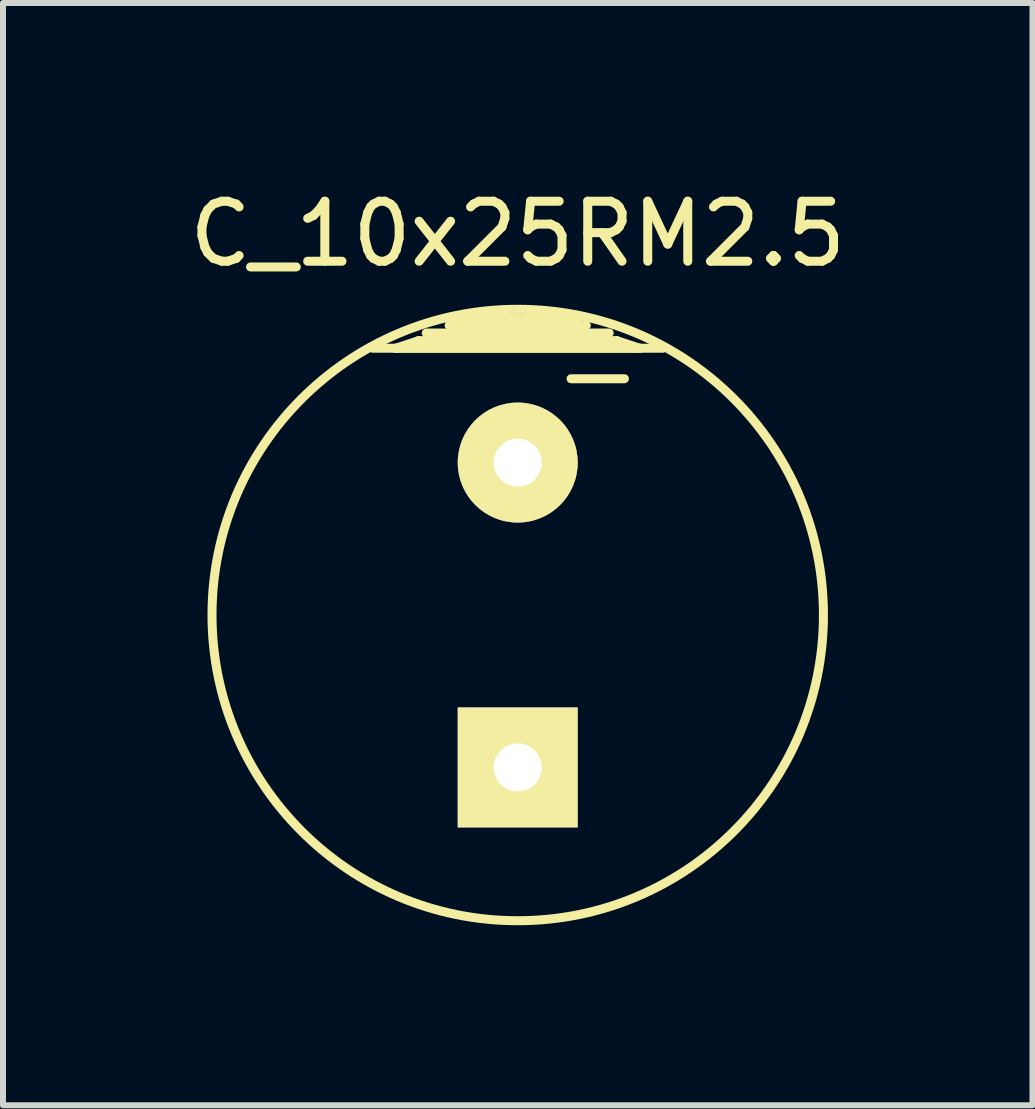
<source format=kicad_pcb>
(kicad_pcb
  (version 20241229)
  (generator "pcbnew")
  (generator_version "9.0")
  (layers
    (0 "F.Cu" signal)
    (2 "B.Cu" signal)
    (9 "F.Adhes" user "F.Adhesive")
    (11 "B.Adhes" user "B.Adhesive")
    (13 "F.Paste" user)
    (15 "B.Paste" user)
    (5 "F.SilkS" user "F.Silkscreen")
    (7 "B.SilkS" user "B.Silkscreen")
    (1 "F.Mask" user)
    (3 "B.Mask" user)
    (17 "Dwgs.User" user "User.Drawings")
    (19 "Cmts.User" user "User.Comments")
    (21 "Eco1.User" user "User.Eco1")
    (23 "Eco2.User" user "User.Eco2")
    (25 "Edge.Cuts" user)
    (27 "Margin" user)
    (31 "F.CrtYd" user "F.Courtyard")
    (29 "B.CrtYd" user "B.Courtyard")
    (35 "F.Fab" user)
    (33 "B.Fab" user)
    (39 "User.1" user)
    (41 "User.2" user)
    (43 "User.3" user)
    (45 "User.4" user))
  (footprint "C_10x25RM2.5"
    (layer "F.Cu")
    (at 5.577 7.198)
    (property "Reference" "C_10x25RM2.5" (at 0 -6.35 0) (layer "F.SilkS") (effects (font (size 1 1) (thickness 0.15))))
    (attr through_hole)
    (fp_line (start -2.413 -4.445) (end 2.413 -4.445) (stroke (width 0.15) (type solid)) (layer "F.SilkS"))
    (fp_line (start -2.032 -4.445) (end -1.651 -4.572) (stroke (width 0.15) (type solid)) (layer "F.SilkS"))
    (fp_line (start -1.651 -4.572) (end 1.651 -4.572) (stroke (width 0.15) (type solid)) (layer "F.SilkS"))
    (fp_line (start -1.524 -4.699) (end 1.524 -4.699) (stroke (width 0.15) (type solid)) (layer "F.SilkS"))
    (fp_line (start -1.016 -4.826) (end 1.016 -4.826) (stroke (width 0.15) (type solid)) (layer "F.SilkS"))
    (fp_line (start 0.889 -3.937) (end 1.778 -3.937) (stroke (width 0.15) (type solid)) (layer "F.SilkS"))
    (fp_line (start 1.016 -4.953) (end -1.016 -4.953) (stroke (width 0.15) (type solid)) (layer "F.SilkS"))
    (fp_line (start 1.143 -4.826) (end -1.143 -4.826) (stroke (width 0.15) (type solid)) (layer "F.SilkS"))
    (fp_line (start 1.651 -4.572) (end 2.032 -4.445) (stroke (width 0.15) (type solid)) (layer "F.SilkS"))
    (fp_line (start 2.032 -4.445) (end -2.032 -4.445) (stroke (width 0.15) (type solid)) (layer "F.SilkS"))
    (fp_circle (center 0 0) (end 5.08 0.381) (stroke (width 0.15) (type solid)) (fill no) (layer "F.SilkS"))
    (pad "1" thru_hole rect (at 0 2.54) (size 1.999 1.999) (drill 0.8) (layers "*.Cu" "*.Mask" "F.SilkS"))
    (pad "2" thru_hole circle (at 0 -2.54) (size 1.999 1.999) (drill 0.8) (layers "*.Cu" "*.Mask" "F.SilkS")))
  (gr_rect
    (start -3 -3)
    (end 14.155 15.368)
    (stroke (width 0.1) (type default))
    (fill no)
    (layer "Edge.Cuts")))
</source>
